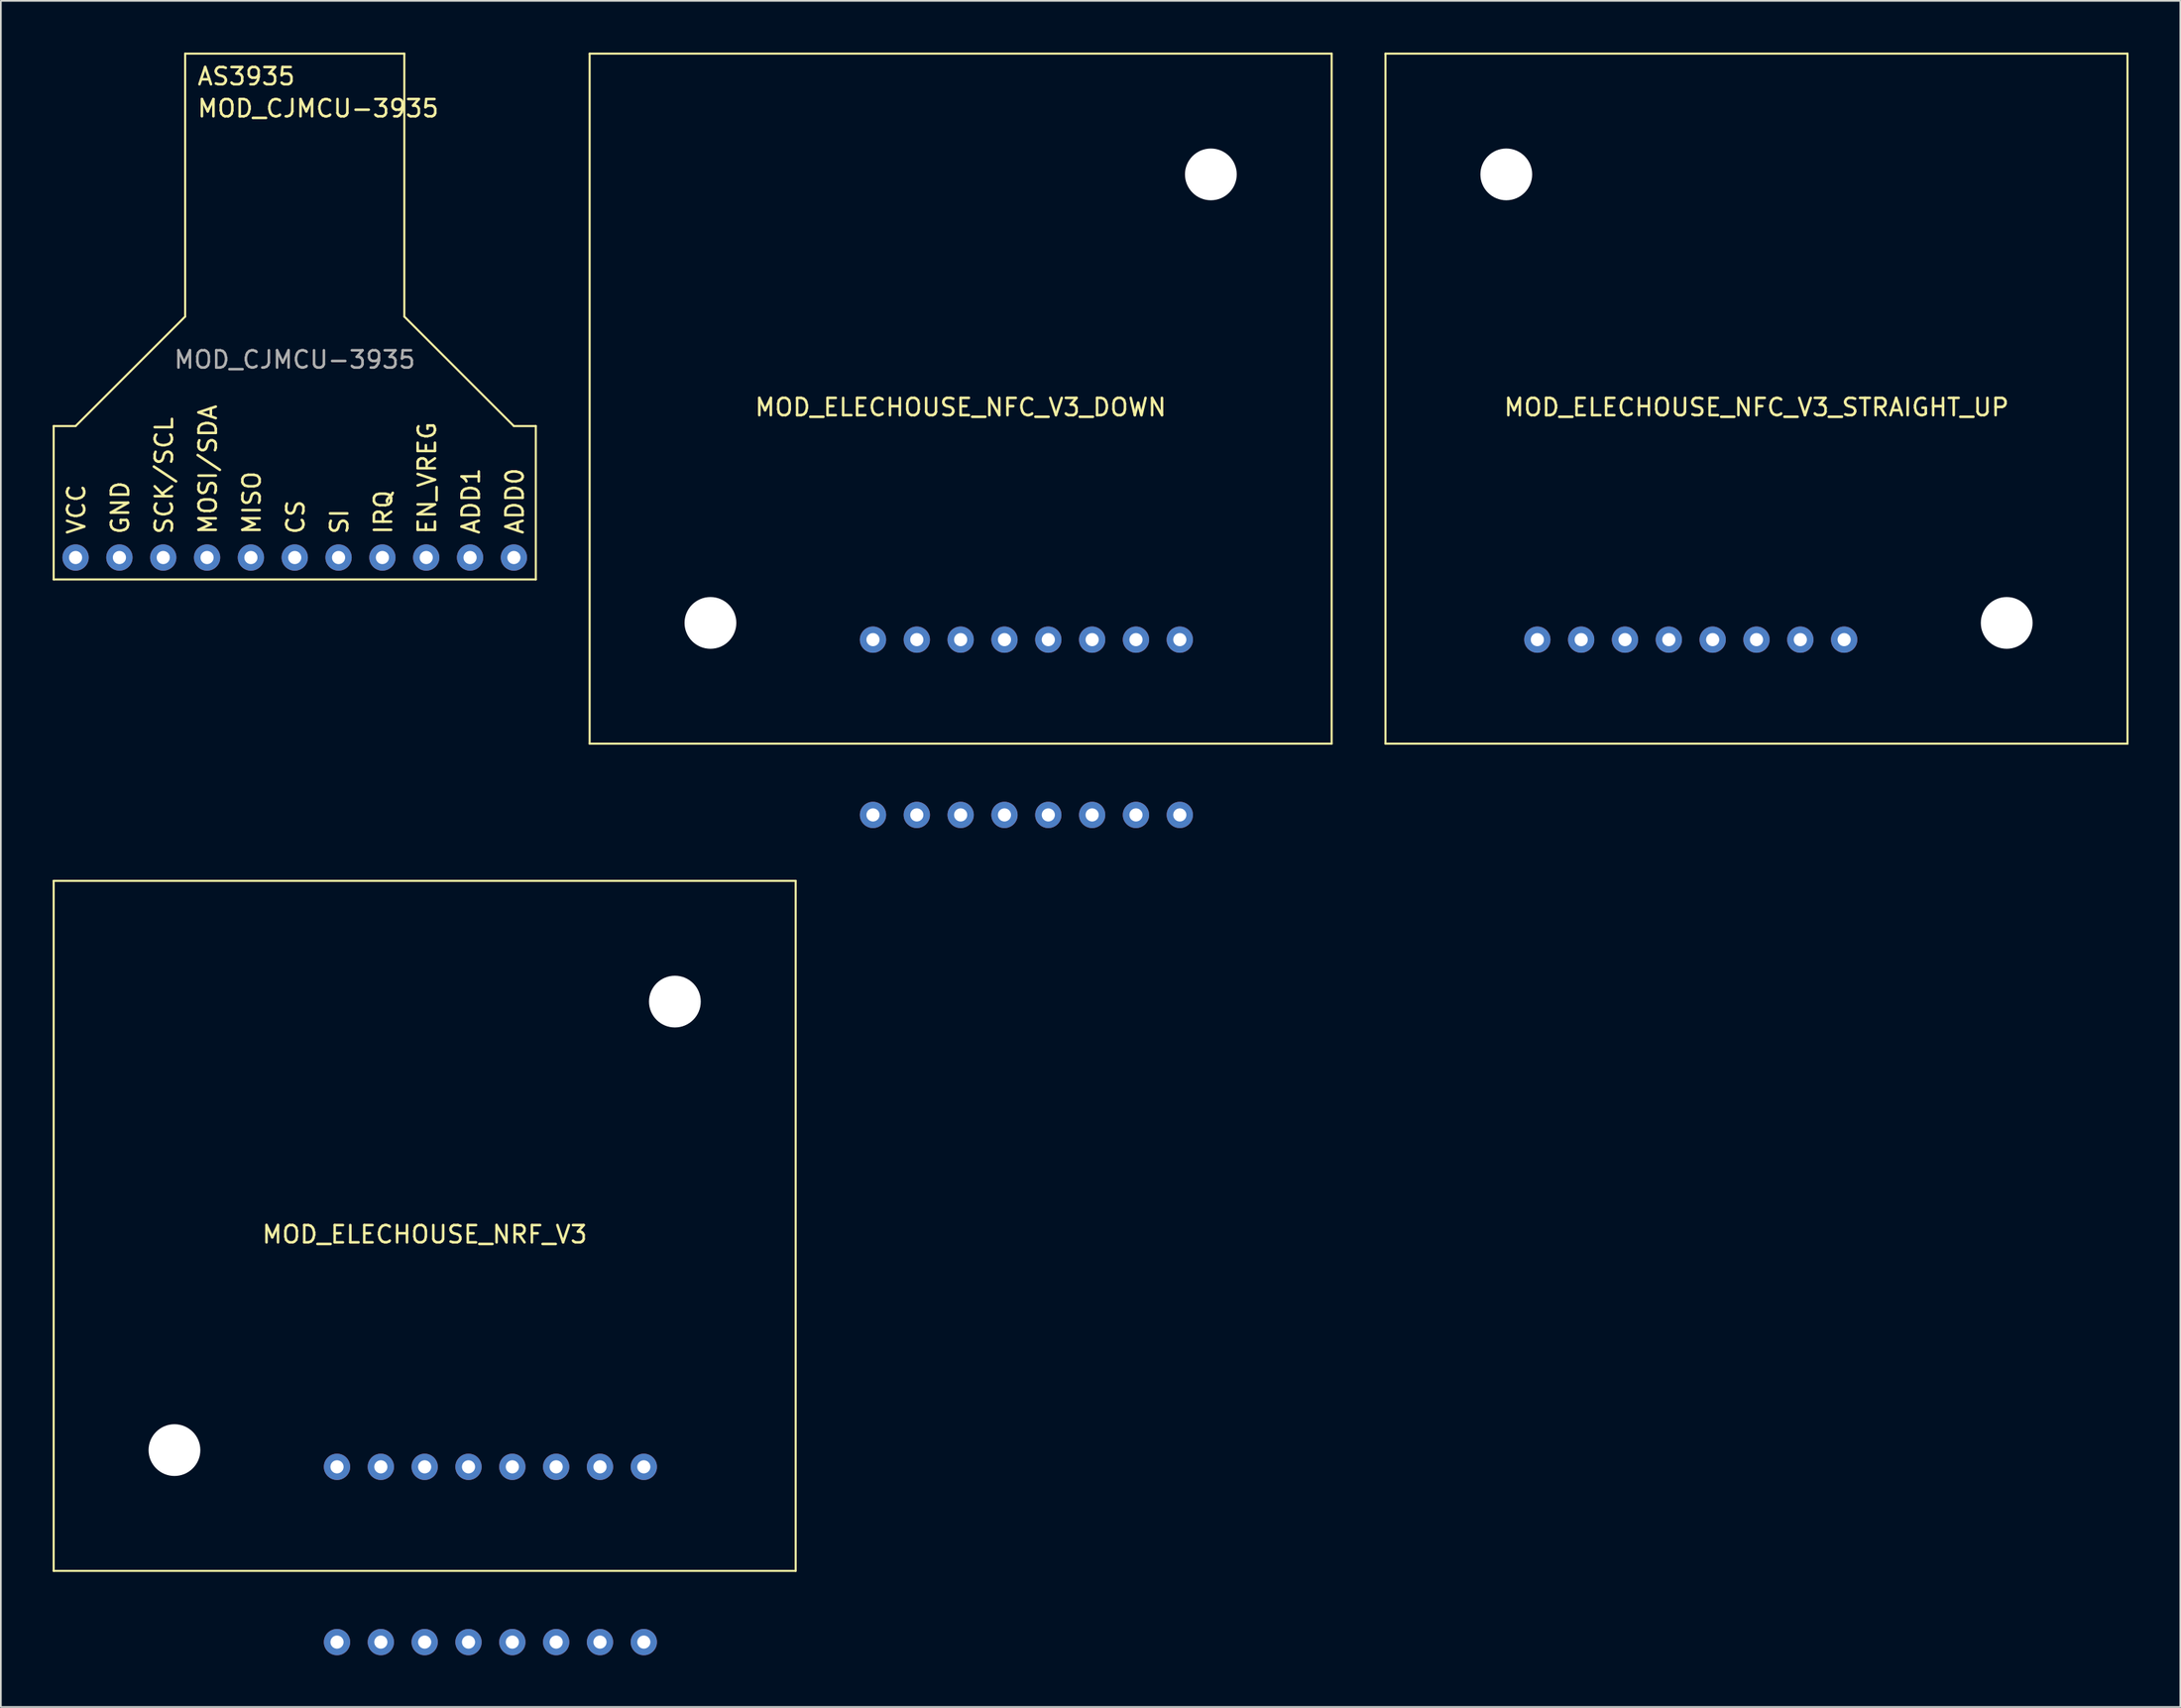
<source format=kicad_pcb>
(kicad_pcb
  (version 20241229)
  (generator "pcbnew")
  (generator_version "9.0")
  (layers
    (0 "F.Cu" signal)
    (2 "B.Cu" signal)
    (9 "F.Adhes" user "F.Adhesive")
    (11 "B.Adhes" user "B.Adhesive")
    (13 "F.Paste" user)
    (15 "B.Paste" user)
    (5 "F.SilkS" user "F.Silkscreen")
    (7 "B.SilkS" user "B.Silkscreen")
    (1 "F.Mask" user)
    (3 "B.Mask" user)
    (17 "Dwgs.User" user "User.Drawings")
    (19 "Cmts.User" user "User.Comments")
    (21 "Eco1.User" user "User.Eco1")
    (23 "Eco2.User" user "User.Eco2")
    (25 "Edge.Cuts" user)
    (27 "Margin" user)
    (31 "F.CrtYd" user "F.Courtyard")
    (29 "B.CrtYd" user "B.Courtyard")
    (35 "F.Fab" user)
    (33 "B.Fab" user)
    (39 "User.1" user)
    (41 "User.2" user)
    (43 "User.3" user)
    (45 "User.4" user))
  (footprint "MOD_ELECHOUSE_NFC_V3_DOWN"
    (layer "F.Cu")
    (at 52.62 20.06)
    (property "Reference" "MOD_ELECHOUSE_NFC_V3_DOWN" (at 0 0.5 0) (layer "F.SilkS") (effects (font (size 1 1) (thickness 0.15))))
    (attr through_hole)
    (fp_line (start -21.5 -20) (end -21.5 20) (stroke (width 0.12) (type solid)) (layer "F.SilkS"))
    (fp_line (start -21.5 20) (end 21.5 20) (stroke (width 0.12) (type solid)) (layer "F.SilkS"))
    (fp_line (start 21.5 -20) (end -21.5 -20) (stroke (width 0.12) (type solid)) (layer "F.SilkS"))
    (fp_line (start 21.5 20) (end 21.5 -20) (stroke (width 0.12) (type solid)) (layer "F.SilkS"))
    (pad "" np_thru_hole circle (at -14.5 13) (size 3 3) (drill 3) (layers "*.Cu" "*.Mask"))
    (pad "" np_thru_hole circle (at 14.5 -13) (size 3 3) (drill 3) (layers "*.Cu" "*.Mask"))
    (pad "1" thru_hole circle (at -5.08 13.97) (size 1.524 1.524) (drill 0.762) (layers "*.Cu" "*.Mask"))
    (pad "1" thru_hole circle (at -5.08 24.13) (size 1.524 1.524) (drill 0.762) (layers "*.Cu" "*.Mask"))
    (pad "2" thru_hole circle (at -2.54 13.97) (size 1.524 1.524) (drill 0.762) (layers "*.Cu" "*.Mask"))
    (pad "2" thru_hole circle (at -2.54 24.13) (size 1.524 1.524) (drill 0.762) (layers "*.Cu" "*.Mask"))
    (pad "3" thru_hole circle (at 0 13.97) (size 1.524 1.524) (drill 0.762) (layers "*.Cu" "*.Mask"))
    (pad "3" thru_hole circle (at 0 24.13) (size 1.524 1.524) (drill 0.762) (layers "*.Cu" "*.Mask"))
    (pad "4" thru_hole circle (at 2.54 13.97) (size 1.524 1.524) (drill 0.762) (layers "*.Cu" "*.Mask"))
    (pad "4" thru_hole circle (at 2.54 24.13) (size 1.524 1.524) (drill 0.762) (layers "*.Cu" "*.Mask"))
    (pad "5" thru_hole circle (at 5.08 13.97) (size 1.524 1.524) (drill 0.762) (layers "*.Cu" "*.Mask"))
    (pad "5" thru_hole circle (at 5.08 24.13) (size 1.524 1.524) (drill 0.762) (layers "*.Cu" "*.Mask"))
    (pad "6" thru_hole circle (at 7.62 13.97) (size 1.524 1.524) (drill 0.762) (layers "*.Cu" "*.Mask"))
    (pad "6" thru_hole circle (at 7.62 24.13) (size 1.524 1.524) (drill 0.762) (layers "*.Cu" "*.Mask"))
    (pad "7" thru_hole circle (at 10.16 13.97) (size 1.524 1.524) (drill 0.762) (layers "*.Cu" "*.Mask"))
    (pad "7" thru_hole circle (at 10.16 24.13) (size 1.524 1.524) (drill 0.762) (layers "*.Cu" "*.Mask"))
    (pad "8" thru_hole circle (at 12.7 13.97) (size 1.524 1.524) (drill 0.762) (layers "*.Cu" "*.Mask"))
    (pad "8" thru_hole circle (at 12.7 24.13) (size 1.524 1.524) (drill 0.762) (layers "*.Cu" "*.Mask")))
  (footprint "MOD_CJMCU-3935"
    (layer "F.Cu")
    (at 14.03 15.3)
    (property "Reference" "MOD_CJMCU-3935" (at -5.715 -12.065 0) (unlocked yes) (layer "F.SilkS") (effects (font (size 1 1) (thickness 0.15)) (justify left)))
    (attr through_hole)
    (fp_line (start -13.97 6.35) (end -12.7 6.35) (stroke (width 0.12) (type default)) (layer "F.SilkS"))
    (fp_line (start -13.97 15.24) (end -13.97 6.35) (stroke (width 0.12) (type default)) (layer "F.SilkS"))
    (fp_line (start -13.97 15.24) (end 13.97 15.24) (stroke (width 0.12) (type default)) (layer "F.SilkS"))
    (fp_line (start -12.7 6.35) (end -6.35 0) (stroke (width 0.12) (type default)) (layer "F.SilkS"))
    (fp_line (start -6.35 0) (end -6.35 -15.24) (stroke (width 0.12) (type default)) (layer "F.SilkS"))
    (fp_line (start 6.35 -15.24) (end -6.35 -15.24) (stroke (width 0.12) (type default)) (layer "F.SilkS"))
    (fp_line (start 6.35 0) (end 6.35 -15.24) (stroke (width 0.12) (type default)) (layer "F.SilkS"))
    (fp_line (start 12.7 6.35) (end 6.35 0) (stroke (width 0.12) (type default)) (layer "F.SilkS"))
    (fp_line (start 13.97 6.35) (end 12.7 6.35) (stroke (width 0.12) (type default)) (layer "F.SilkS"))
    (fp_line (start 13.97 15.24) (end 13.97 6.35) (stroke (width 0.12) (type default)) (layer "F.SilkS"))
    (fp_text user "SCK/SCL" (at -6.985 12.7 90) (unlocked yes) (layer "F.SilkS") (effects (font (size 1 1) (thickness 0.15)) (justify left bottom)))
    (fp_text user "MOSI/SDA" (at -4.445 12.7 90) (unlocked yes) (layer "F.SilkS") (effects (font (size 1 1) (thickness 0.15)) (justify left bottom)))
    (fp_text user "VCC" (at -12.065 12.7 90) (unlocked yes) (layer "F.SilkS") (effects (font (size 1 1) (thickness 0.15)) (justify left bottom)))
    (fp_text user "EN_VREG" (at 8.255 12.7 90) (unlocked yes) (layer "F.SilkS") (effects (font (size 1 1) (thickness 0.15)) (justify left bottom)))
    (fp_text user "MISO" (at -1.905 12.7 90) (unlocked yes) (layer "F.SilkS") (effects (font (size 1 1) (thickness 0.15)) (justify left bottom)))
    (fp_text user "ADD0" (at 13.335 12.7 90) (unlocked yes) (layer "F.SilkS") (effects (font (size 1 1) (thickness 0.15)) (justify left bottom)))
    (fp_text user "AS3935" (at -5.715 -13.335 0) (unlocked yes) (layer "F.SilkS") (effects (font (size 1 1) (thickness 0.15)) (justify left bottom)))
    (fp_text user "CS" (at 0.635 12.7 90) (unlocked yes) (layer "F.SilkS") (effects (font (size 1 1) (thickness 0.15)) (justify left bottom)))
    (fp_text user "GND" (at -9.525 12.7 90) (unlocked yes) (layer "F.SilkS") (effects (font (size 1 1) (thickness 0.15)) (justify left bottom)))
    (fp_text user "ADD1" (at 10.795 12.7 90) (unlocked yes) (layer "F.SilkS") (effects (font (size 1 1) (thickness 0.15)) (justify left bottom)))
    (fp_text user "SI" (at 3.175 12.7 90) (unlocked yes) (layer "F.SilkS") (effects (font (size 1 1) (thickness 0.15)) (justify left bottom)))
    (fp_text user "IRQ" (at 5.715 12.7 90) (unlocked yes) (layer "F.SilkS") (effects (font (size 1 1) (thickness 0.15)) (justify left bottom)))
    (fp_text user "${REFERENCE}" (at 0 2.5 0) (unlocked yes) (layer "F.Fab") (effects (font (size 1 1) (thickness 0.15))))
    (pad "1" thru_hole circle (at -12.7 13.97) (size 1.524 1.524) (drill 0.762) (layers "*.Cu" "*.Mask"))
    (pad "2" thru_hole circle (at -10.16 13.97) (size 1.524 1.524) (drill 0.762) (layers "*.Cu" "*.Mask"))
    (pad "3" thru_hole circle (at -7.62 13.97) (size 1.524 1.524) (drill 0.762) (layers "*.Cu" "*.Mask"))
    (pad "4" thru_hole circle (at -5.08 13.97) (size 1.524 1.524) (drill 0.762) (layers "*.Cu" "*.Mask"))
    (pad "5" thru_hole circle (at -2.54 13.97) (size 1.524 1.524) (drill 0.762) (layers "*.Cu" "*.Mask"))
    (pad "6" thru_hole circle (at 0 13.97) (size 1.524 1.524) (drill 0.762) (layers "*.Cu" "*.Mask"))
    (pad "7" thru_hole circle (at 2.54 13.97) (size 1.524 1.524) (drill 0.762) (layers "*.Cu" "*.Mask"))
    (pad "8" thru_hole circle (at 5.08 13.97) (size 1.524 1.524) (drill 0.762) (layers "*.Cu" "*.Mask"))
    (pad "9" thru_hole circle (at 7.62 13.97) (size 1.524 1.524) (drill 0.762) (layers "*.Cu" "*.Mask"))
    (pad "10" thru_hole circle (at 10.16 13.97) (size 1.524 1.524) (drill 0.762) (layers "*.Cu" "*.Mask"))
    (pad "11" thru_hole circle (at 12.7 13.97) (size 1.524 1.524) (drill 0.762) (layers "*.Cu" "*.Mask")))
  (footprint "MOD_ELECHOUSE_NRF_V3"
    (layer "F.Cu")
    (at 21.56 68.012)
    (property "Reference" "MOD_ELECHOUSE_NRF_V3" (at 0 0.5 0) (layer "F.SilkS") (effects (font (size 1 1) (thickness 0.15))))
    (attr through_hole)
    (fp_line (start -21.5 -20) (end -21.5 20) (stroke (width 0.12) (type solid)) (layer "F.SilkS"))
    (fp_line (start -21.5 20) (end 21.5 20) (stroke (width 0.12) (type solid)) (layer "F.SilkS"))
    (fp_line (start 21.5 -20) (end -21.5 -20) (stroke (width 0.12) (type solid)) (layer "F.SilkS"))
    (fp_line (start 21.5 20) (end 21.5 -20) (stroke (width 0.12) (type solid)) (layer "F.SilkS"))
    (pad "" np_thru_hole circle (at -14.5 13) (size 3 3) (drill 3) (layers "*.Cu" "*.Mask"))
    (pad "" np_thru_hole circle (at 14.5 -13) (size 3 3) (drill 3) (layers "*.Cu" "*.Mask"))
    (pad "1" thru_hole circle (at -5.08 13.97) (size 1.524 1.524) (drill 0.762) (layers "*.Cu" "*.Mask"))
    (pad "1" thru_hole circle (at -5.08 24.13) (size 1.524 1.524) (drill 0.762) (layers "*.Cu" "*.Mask"))
    (pad "2" thru_hole circle (at -2.54 13.97) (size 1.524 1.524) (drill 0.762) (layers "*.Cu" "*.Mask"))
    (pad "2" thru_hole circle (at -2.54 24.13) (size 1.524 1.524) (drill 0.762) (layers "*.Cu" "*.Mask"))
    (pad "3" thru_hole circle (at 0 13.97) (size 1.524 1.524) (drill 0.762) (layers "*.Cu" "*.Mask"))
    (pad "3" thru_hole circle (at 0 24.13) (size 1.524 1.524) (drill 0.762) (layers "*.Cu" "*.Mask"))
    (pad "4" thru_hole circle (at 2.54 13.97) (size 1.524 1.524) (drill 0.762) (layers "*.Cu" "*.Mask"))
    (pad "4" thru_hole circle (at 2.54 24.13) (size 1.524 1.524) (drill 0.762) (layers "*.Cu" "*.Mask"))
    (pad "5" thru_hole circle (at 5.08 13.97) (size 1.524 1.524) (drill 0.762) (layers "*.Cu" "*.Mask"))
    (pad "5" thru_hole circle (at 5.08 24.13) (size 1.524 1.524) (drill 0.762) (layers "*.Cu" "*.Mask"))
    (pad "6" thru_hole circle (at 7.62 13.97) (size 1.524 1.524) (drill 0.762) (layers "*.Cu" "*.Mask"))
    (pad "6" thru_hole circle (at 7.62 24.13) (size 1.524 1.524) (drill 0.762) (layers "*.Cu" "*.Mask"))
    (pad "7" thru_hole circle (at 10.16 13.97) (size 1.524 1.524) (drill 0.762) (layers "*.Cu" "*.Mask"))
    (pad "7" thru_hole circle (at 10.16 24.13) (size 1.524 1.524) (drill 0.762) (layers "*.Cu" "*.Mask"))
    (pad "8" thru_hole circle (at 12.7 13.97) (size 1.524 1.524) (drill 0.762) (layers "*.Cu" "*.Mask"))
    (pad "8" thru_hole circle (at 12.7 24.13) (size 1.524 1.524) (drill 0.762) (layers "*.Cu" "*.Mask")))
  (footprint "MOD_ELECHOUSE_NFC_V3_STRAIGHT_UP"
    (layer "F.Cu")
    (at 98.74 20.06)
    (property "Reference" "MOD_ELECHOUSE_NFC_V3_STRAIGHT_UP" (at 0 0.5 0) (layer "F.SilkS") (effects (font (size 1 1) (thickness 0.15))))
    (attr through_hole)
    (fp_line (start -21.5 -20) (end 21.5 -20) (stroke (width 0.12) (type solid)) (layer "F.SilkS"))
    (fp_line (start -21.5 20) (end -21.5 -20) (stroke (width 0.12) (type solid)) (layer "F.SilkS"))
    (fp_line (start 21.5 -20) (end 21.5 20) (stroke (width 0.12) (type solid)) (layer "F.SilkS"))
    (fp_line (start 21.5 20) (end -21.5 20) (stroke (width 0.12) (type solid)) (layer "F.SilkS"))
    (pad "" np_thru_hole circle (at -14.5 -13) (size 3 3) (drill 3) (layers "*.Cu" "*.Mask"))
    (pad "" np_thru_hole circle (at 14.5 13) (size 3 3) (drill 3) (layers "*.Cu" "*.Mask"))
    (pad "1" thru_hole circle (at 5.08 13.97) (size 1.524 1.524) (drill 0.762) (layers "*.Cu" "*.Mask"))
    (pad "2" thru_hole circle (at 2.54 13.97) (size 1.524 1.524) (drill 0.762) (layers "*.Cu" "*.Mask"))
    (pad "3" thru_hole circle (at 0 13.97) (size 1.524 1.524) (drill 0.762) (layers "*.Cu" "*.Mask"))
    (pad "4" thru_hole circle (at -2.54 13.97) (size 1.524 1.524) (drill 0.762) (layers "*.Cu" "*.Mask"))
    (pad "5" thru_hole circle (at -5.08 13.97) (size 1.524 1.524) (drill 0.762) (layers "*.Cu" "*.Mask"))
    (pad "6" thru_hole circle (at -7.62 13.97) (size 1.524 1.524) (drill 0.762) (layers "*.Cu" "*.Mask"))
    (pad "7" thru_hole circle (at -10.16 13.97) (size 1.524 1.524) (drill 0.762) (layers "*.Cu" "*.Mask"))
    (pad "8" thru_hole circle (at -12.7 13.97) (size 1.524 1.524) (drill 0.762) (layers "*.Cu" "*.Mask")))
  (gr_rect
    (start -3 -3)
    (end 123.3 95.904)
    (stroke (width 0.1) (type default))
    (fill no)
    (layer "Edge.Cuts")))
</source>
